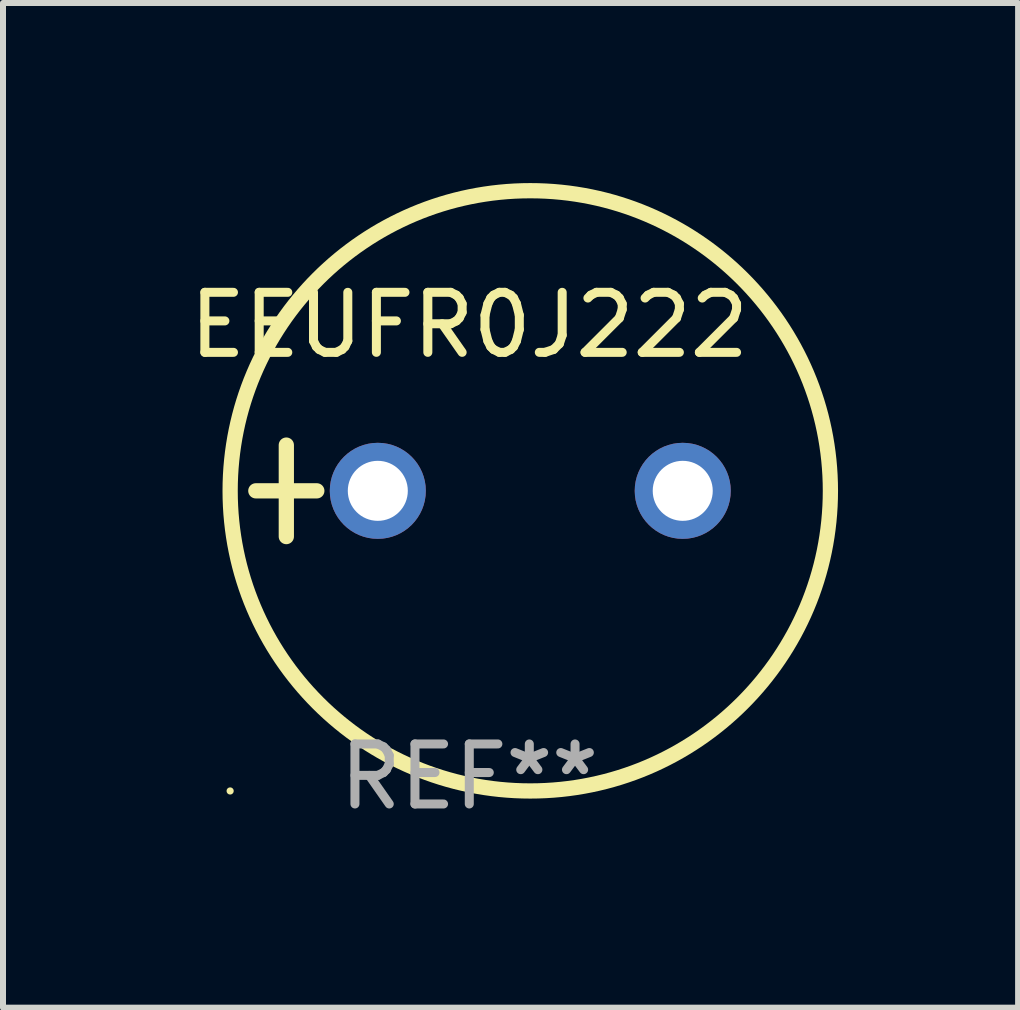
<source format=kicad_pcb>
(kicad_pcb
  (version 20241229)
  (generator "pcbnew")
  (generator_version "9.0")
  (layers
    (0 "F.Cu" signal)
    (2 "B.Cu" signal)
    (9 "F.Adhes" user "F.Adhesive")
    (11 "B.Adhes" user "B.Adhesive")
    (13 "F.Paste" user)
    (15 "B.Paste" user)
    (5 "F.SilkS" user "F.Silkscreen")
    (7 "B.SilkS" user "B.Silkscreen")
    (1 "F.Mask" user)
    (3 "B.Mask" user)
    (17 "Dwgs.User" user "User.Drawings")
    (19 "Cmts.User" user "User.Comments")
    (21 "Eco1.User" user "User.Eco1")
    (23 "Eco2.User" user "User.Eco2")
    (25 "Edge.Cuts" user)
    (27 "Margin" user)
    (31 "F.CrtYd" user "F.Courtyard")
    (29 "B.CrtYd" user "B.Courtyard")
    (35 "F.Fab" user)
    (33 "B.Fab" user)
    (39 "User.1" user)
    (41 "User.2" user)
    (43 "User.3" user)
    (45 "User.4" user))
  (footprint "EEUFR0J222"
    (layer "F.Cu")
    (at 4.768 5.127)
    (property "Reference" "EEUFR0J222" (at 0 -2.762 0) (layer "F.SilkS") (effects (font (size 1 1) (thickness 0.15))))
    (attr through_hole)
    (fp_line (start -3.556 0) (end -2.54 0) (stroke (width 0.254) (type solid)) (layer "F.SilkS"))
    (fp_line (start -3.048 -0.762) (end -3.048 0.762) (stroke (width 0.254) (type solid)) (layer "F.SilkS"))
    (fp_circle (center -3.984 5) (end -3.954 5) (stroke (width 0.06) (type solid)) (fill no) (layer "F.SilkS"))
    (fp_circle (center 1.016 0) (end 6.016 0) (stroke (width 0.254) (type solid)) (fill no) (layer "F.SilkS"))
    (fp_text user "REF**" (at 0 4.762 0) (layer "F.Fab") (effects (font (size 1 1) (thickness 0.15))))
    (pad "1" thru_hole circle (at -1.524 0) (size 1.6 1.6) (drill 1) (layers "*.Cu" "*.Mask"))
    (pad "2" thru_hole circle (at 3.556 0) (size 1.6 1.6) (drill 1) (layers "*.Cu" "*.Mask")))
  (gr_rect
    (start -3 -3)
    (end 13.911 13.737)
    (stroke (width 0.1) (type default))
    (fill no)
    (layer "Edge.Cuts")))
</source>
